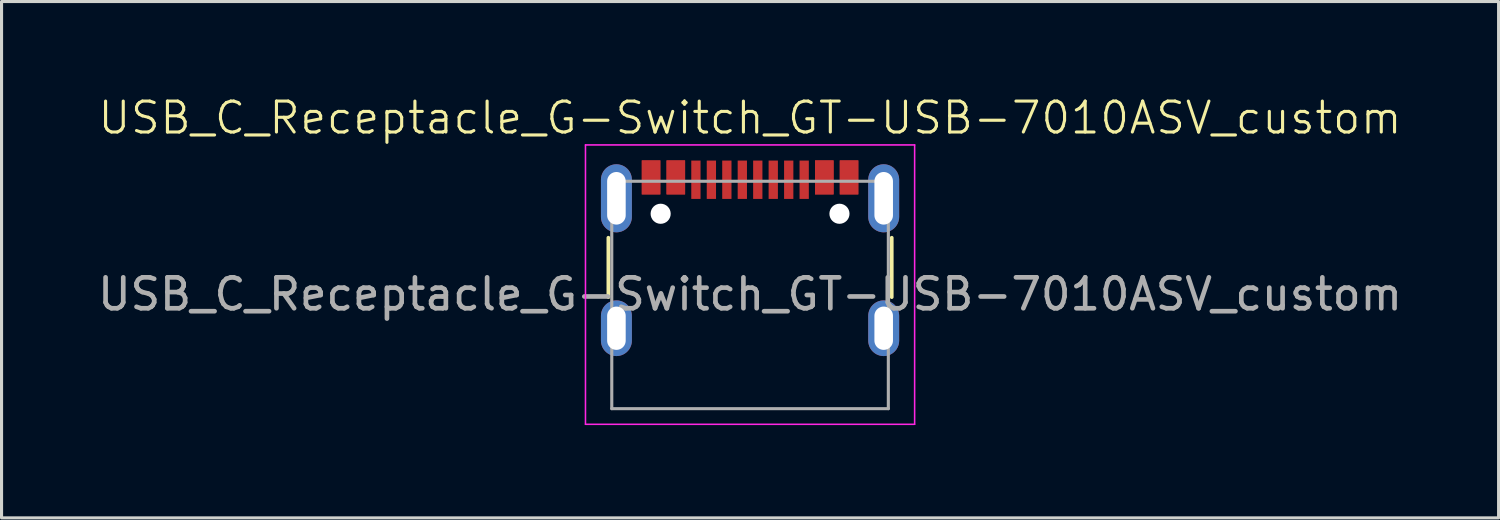
<source format=kicad_pcb>
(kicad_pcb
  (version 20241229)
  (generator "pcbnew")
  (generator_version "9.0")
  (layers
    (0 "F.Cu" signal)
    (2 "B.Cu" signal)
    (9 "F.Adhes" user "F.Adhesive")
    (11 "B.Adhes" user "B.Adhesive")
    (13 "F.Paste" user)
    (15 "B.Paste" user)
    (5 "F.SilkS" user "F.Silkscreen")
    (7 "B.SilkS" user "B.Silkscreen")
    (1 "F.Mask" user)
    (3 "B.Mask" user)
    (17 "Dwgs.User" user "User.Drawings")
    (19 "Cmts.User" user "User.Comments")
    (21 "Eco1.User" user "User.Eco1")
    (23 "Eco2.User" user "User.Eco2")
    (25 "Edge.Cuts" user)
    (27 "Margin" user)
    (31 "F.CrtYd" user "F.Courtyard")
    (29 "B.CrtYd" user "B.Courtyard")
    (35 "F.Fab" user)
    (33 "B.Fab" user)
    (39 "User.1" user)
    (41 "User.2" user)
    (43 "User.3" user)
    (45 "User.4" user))
  (footprint "USB_C_Receptacle_G-Switch_GT-USB-7010ASV_custom"
    (layer "F.Cu")
    (at 21.196 6.46)
    (property "Reference" "USB_C_Receptacle_G-Switch_GT-USB-7010ASV_custom" (at 0 -5.7 0) (unlocked yes) (layer "F.SilkS") (effects (font (size 1 1) (thickness 0.1))))
    (attr smd)
    (fp_line (start -4.58 -1.825) (end -4.58 0.095) (stroke (width 0.12) (type solid)) (layer "F.SilkS"))
    (fp_line (start 4.58 0.095) (end 4.58 -1.825) (stroke (width 0.12) (type solid)) (layer "F.SilkS"))
    (fp_line (start -5.32 -4.825) (end 5.32 -4.825) (stroke (width 0.05) (type solid)) (layer "F.CrtYd"))
    (fp_line (start -5.32 4.205) (end -5.32 -4.825) (stroke (width 0.05) (type solid)) (layer "F.CrtYd"))
    (fp_line (start 5.32 -4.825) (end 5.32 4.205) (stroke (width 0.05) (type solid)) (layer "F.CrtYd"))
    (fp_line (start 5.32 4.205) (end -5.32 4.205) (stroke (width 0.05) (type solid)) (layer "F.CrtYd"))
    (fp_line (start -4.47 -3.65) (end -4.47 3.7) (stroke (width 0.1) (type solid)) (layer "F.Fab"))
    (fp_line (start -4.47 -3.65) (end 4.47 -3.65) (stroke (width 0.1) (type solid)) (layer "F.Fab"))
    (fp_line (start -4.47 3.7) (end 4.47 3.7) (stroke (width 0.1) (type solid)) (layer "F.Fab"))
    (fp_line (start 4.47 3.7) (end 4.47 -3.65) (stroke (width 0.1) (type solid)) (layer "F.Fab"))
    (fp_text user "${REFERENCE}" (at 0 0 0) (unlocked yes) (layer "F.Fab") (effects (font (size 1 1) (thickness 0.15))))
    (pad "" np_thru_hole circle (at -2.89 -2.6) (size 0.65 0.65) (drill 0.65) (layers "*.Cu" "*.Mask"))
    (pad "" np_thru_hole circle (at 2.89 -2.6) (size 0.65 0.65) (drill 0.65) (layers "*.Cu" "*.Mask"))
    (pad "A1" smd rect (at -3.2 -3.775) (size 0.6 1.1) (layers "F.Cu" "F.Mask" "F.Paste"))
    (pad "A4" smd rect (at -2.4 -3.775) (size 0.6 1.1) (layers "F.Cu" "F.Mask" "F.Paste"))
    (pad "A5" smd rect (at -1.25 -3.7) (size 0.3 1.24) (layers "F.Cu" "F.Mask" "F.Paste"))
    (pad "A6" smd rect (at -0.25 -3.7) (size 0.3 1.24) (layers "F.Cu" "F.Mask" "F.Paste"))
    (pad "A7" smd rect (at 0.25 -3.7) (size 0.3 1.24) (layers "F.Cu" "F.Mask" "F.Paste"))
    (pad "A8" smd rect (at 1.25 -3.7) (size 0.3 1.24) (layers "F.Cu" "F.Mask" "F.Paste"))
    (pad "A9" smd rect (at 2.4 -3.775) (size 0.6 1.1) (layers "F.Cu" "F.Mask" "F.Paste"))
    (pad "A12" smd rect (at 3.2 -3.775) (size 0.6 1.1) (layers "F.Cu" "F.Mask" "F.Paste"))
    (pad "B1" smd rect (at 3.2 -3.775) (size 0.6 1.1) (layers "F.Cu" "F.Mask" "F.Paste"))
    (pad "B4" smd rect (at 2.4 -3.775) (size 0.6 1.1) (layers "F.Cu" "F.Mask" "F.Paste"))
    (pad "B5" smd rect (at 1.75 -3.7) (size 0.3 1.24) (layers "F.Cu" "F.Mask" "F.Paste"))
    (pad "B6" smd rect (at 0.75 -3.7) (size 0.3 1.24) (layers "F.Cu" "F.Mask" "F.Paste"))
    (pad "B7" smd rect (at -0.75 -3.7) (size 0.3 1.24) (layers "F.Cu" "F.Mask" "F.Paste"))
    (pad "B8" smd rect (at -1.75 -3.7) (size 0.3 1.24) (layers "F.Cu" "F.Mask" "F.Paste"))
    (pad "B9" smd rect (at -2.4 -3.775) (size 0.6 1.1) (layers "F.Cu" "F.Mask" "F.Paste"))
    (pad "B12" smd rect (at -3.2 -3.775) (size 0.6 1.1) (layers "F.Cu" "F.Mask" "F.Paste"))
    (pad "S1" thru_hole oval (at -4.32 -3.1) (size 1 2.2) (drill oval 0.6 1.7) (layers "*.Cu" "*.Mask"))
    (pad "S1" thru_hole oval (at -4.32 1.1) (size 1 1.8) (drill oval 0.6 1.4) (layers "*.Cu" "*.Mask"))
    (pad "S1" thru_hole oval (at 4.32 -3.1) (size 1 2.2) (drill oval 0.6 1.7) (layers "*.Cu" "*.Mask"))
    (pad "S1" thru_hole oval (at 4.32 1.1) (size 1 1.8) (drill oval 0.6 1.4) (layers "*.Cu" "*.Mask")))
  (gr_rect
    (start -3 -3)
    (end 45.393 13.691)
    (stroke (width 0.1) (type default))
    (fill no)
    (layer "Edge.Cuts")))
</source>
